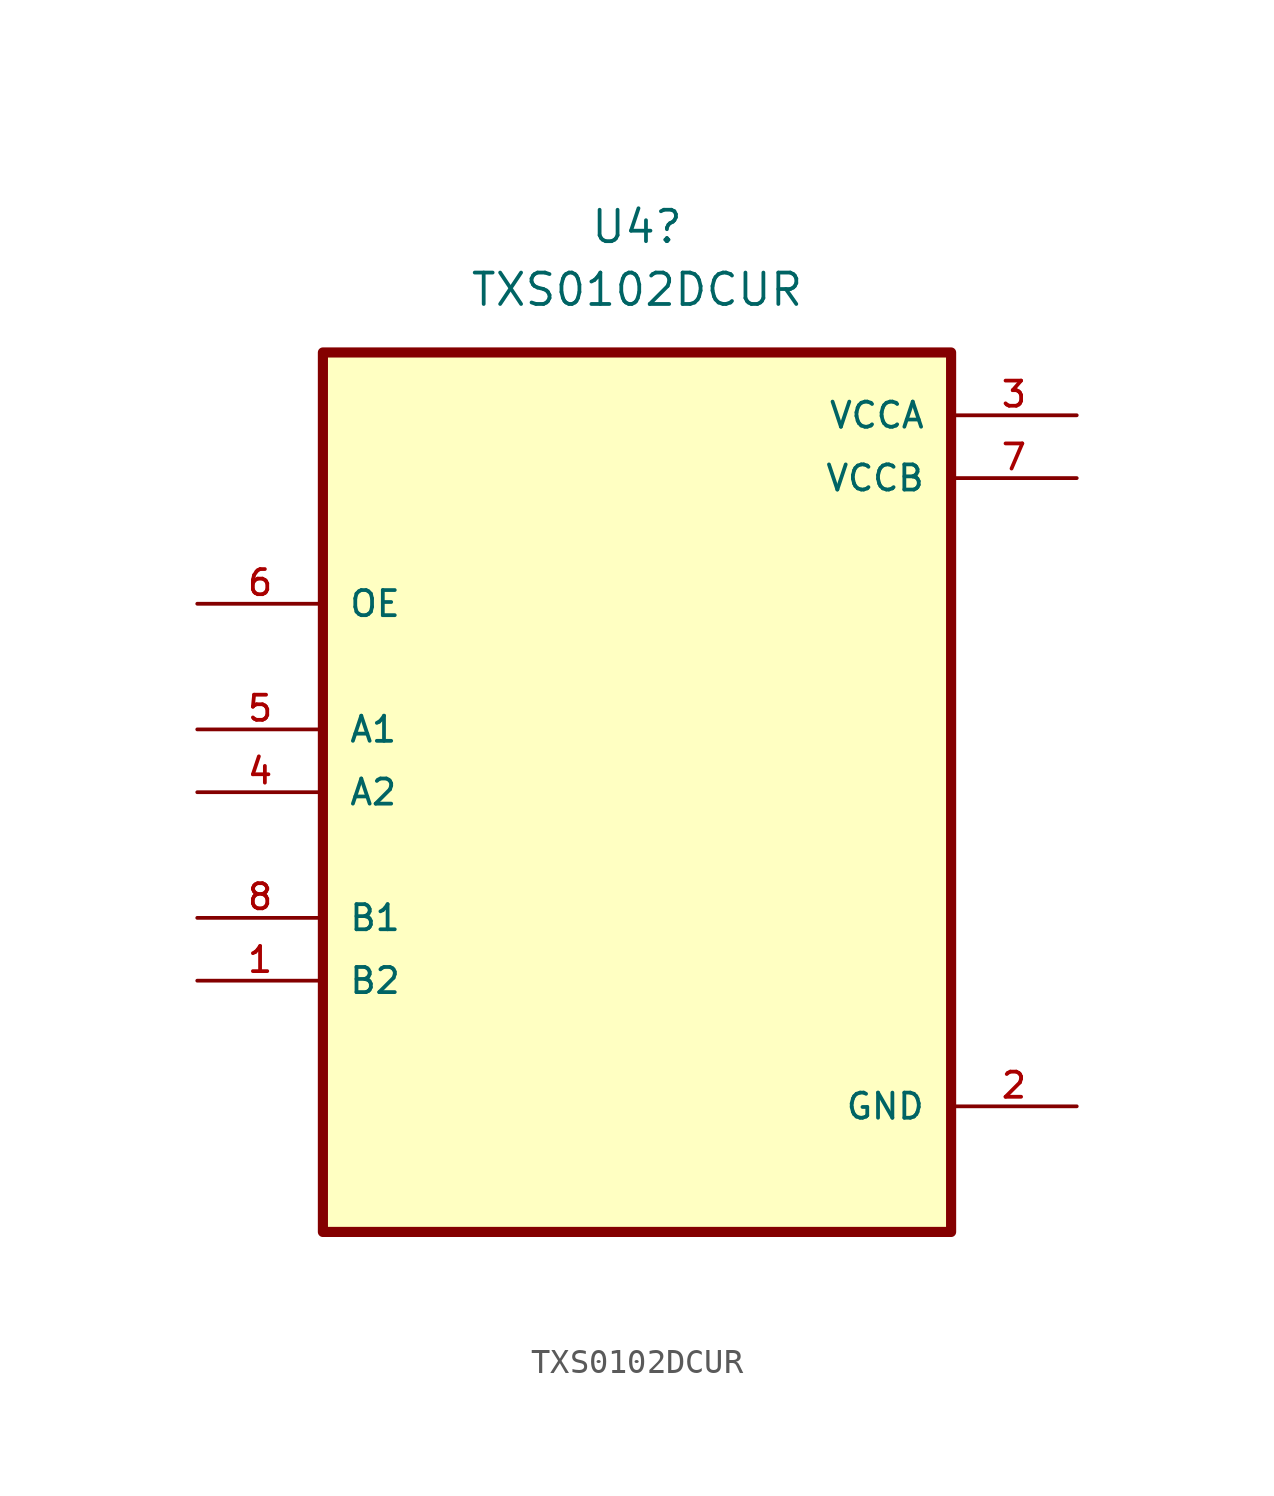
<source format=kicad_sym>
(kicad_symbol_lib
  (version 20231120)
  (generator "kicad_symbol_editor")
  (generator_version "8.0")
  (symbol "TXS0102DCUR"
    (pin_names
      (offset 1.016))
    (property "Reference" "U4"
      (at 0 22.86 0)
      (effects (font (size 1.27 1.27))))
    (property "Value" "TXS0102DCUR"
      (at 0 20.32 0)
      (effects (font (size 1.27 1.27))))
    (symbol "TXS0102DCUR_0_0"
      (rectangle (start -12.7 -17.78) (end 12.7 17.78) (stroke (width 0.41) (type default)) (fill (type background)))
      (pin bidirectional line (at -17.78 -7.62 0) (length 5.08) (name "B2" (effects (font (size 1.016 1.016)))) (number "1" (effects (font (size 1.016 1.016)))))
      (pin power_in line (at 17.78 -12.7 180) (length 5.08) (name "GND" (effects (font (size 1.016 1.016)))) (number "2" (effects (font (size 1.016 1.016)))))
      (pin power_in line (at 17.78 15.24 180) (length 5.08) (name "VCCA" (effects (font (size 1.016 1.016)))) (number "3" (effects (font (size 1.016 1.016)))))
      (pin bidirectional line (at -17.78 0 0) (length 5.08) (name "A2" (effects (font (size 1.016 1.016)))) (number "4" (effects (font (size 1.016 1.016)))))
      (pin bidirectional line (at -17.78 2.54 0) (length 5.08) (name "A1" (effects (font (size 1.016 1.016)))) (number "5" (effects (font (size 1.016 1.016)))))
      (pin input line (at -17.78 7.62 0) (length 5.08) (name "OE" (effects (font (size 1.016 1.016)))) (number "6" (effects (font (size 1.016 1.016)))))
      (pin power_in line (at 17.78 12.7 180) (length 5.08) (name "VCCB" (effects (font (size 1.016 1.016)))) (number "7" (effects (font (size 1.016 1.016)))))
      (pin bidirectional line (at -17.78 -5.08 0) (length 5.08) (name "B1" (effects (font (size 1.016 1.016)))) (number "8" (effects (font (size 1.016 1.016))))))))
</source>
